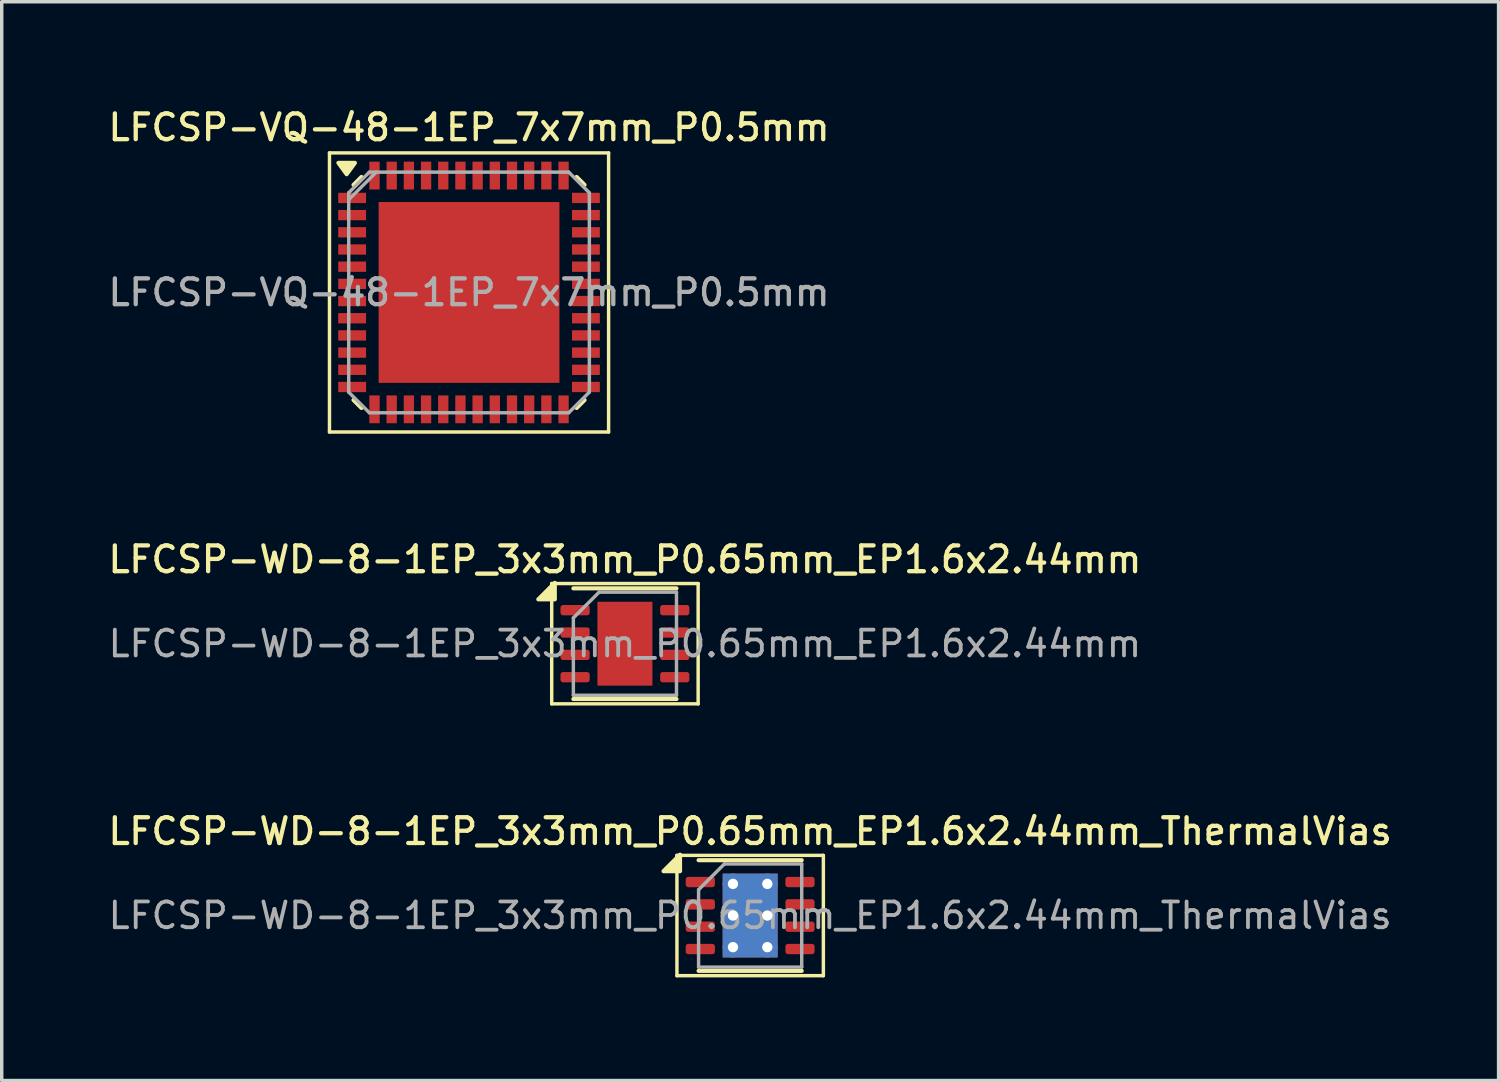
<source format=kicad_pcb>
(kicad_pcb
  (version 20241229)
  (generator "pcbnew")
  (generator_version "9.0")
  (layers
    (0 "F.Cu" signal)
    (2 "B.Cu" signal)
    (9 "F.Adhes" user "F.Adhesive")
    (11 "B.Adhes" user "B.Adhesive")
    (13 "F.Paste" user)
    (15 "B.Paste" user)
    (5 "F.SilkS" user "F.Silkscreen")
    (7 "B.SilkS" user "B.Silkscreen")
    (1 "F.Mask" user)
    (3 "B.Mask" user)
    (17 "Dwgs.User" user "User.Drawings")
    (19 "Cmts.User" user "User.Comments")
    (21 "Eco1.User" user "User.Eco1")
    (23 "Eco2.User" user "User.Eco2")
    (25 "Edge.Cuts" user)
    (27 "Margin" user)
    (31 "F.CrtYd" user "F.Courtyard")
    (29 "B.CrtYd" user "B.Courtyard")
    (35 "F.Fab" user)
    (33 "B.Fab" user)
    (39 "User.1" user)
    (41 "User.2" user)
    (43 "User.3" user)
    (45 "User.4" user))
  (footprint "LFCSP-VQ-48-1EP_7x7mm_P0.5mm"
    (layer "F.Cu")
    (at 10.595 5.458)
    (property "Reference" "LFCSP-VQ-48-1EP_7x7mm_P0.5mm" (at 0 -4.8 0) (layer "F.SilkS") (effects (font (size 0.75 0.75) (thickness 0.125))))
    (attr smd)
    (fp_line (start -4.06 -4.06) (end 4.06 -4.06) (stroke (width 0.1) (type solid)) (layer "F.SilkS"))
    (fp_line (start -4.06 4.06) (end -4.06 -4.06) (stroke (width 0.1) (type solid)) (layer "F.SilkS"))
    (fp_line (start -3.13 -3.36) (end -3.36 -3.13) (stroke (width 0.12) (type solid)) (layer "F.SilkS"))
    (fp_line (start -3.13 3.36) (end -3.36 3.13) (stroke (width 0.12) (type solid)) (layer "F.SilkS"))
    (fp_line (start 3.13 -3.36) (end 3.36 -3.13) (stroke (width 0.12) (type solid)) (layer "F.SilkS"))
    (fp_line (start 3.13 3.36) (end 3.36 3.13) (stroke (width 0.12) (type solid)) (layer "F.SilkS"))
    (fp_line (start 4.06 -4.06) (end 4.06 4.06) (stroke (width 0.1) (type solid)) (layer "F.SilkS"))
    (fp_line (start 4.06 4.06) (end -4.06 4.06) (stroke (width 0.1) (type solid)) (layer "F.SilkS"))
    (fp_poly (pts (xy -3.56 -3.44) (xy -3.8 -3.77) (xy -3.32 -3.77) (xy -3.56 -3.44)) (stroke (width 0.12) (type solid)) (fill yes) (layer "F.SilkS"))
    (fp_line (start -3.5 -2.9) (end -2.9 -3.5) (stroke (width 0.1) (type solid)) (layer "F.Fab"))
    (fp_line (start -3.5 -2.7) (end -2.7 -3.5) (stroke (width 0.1) (type solid)) (layer "F.Fab"))
    (fp_line (start -3.5 2.9) (end -3.5 -2.9) (stroke (width 0.1) (type solid)) (layer "F.Fab"))
    (fp_line (start -2.9 -3.5) (end 2.9 -3.5) (stroke (width 0.1) (type solid)) (layer "F.Fab"))
    (fp_line (start -2.9 3.5) (end -3.5 2.9) (stroke (width 0.1) (type solid)) (layer "F.Fab"))
    (fp_line (start 2.9 -3.5) (end 3.5 -2.9) (stroke (width 0.1) (type solid)) (layer "F.Fab"))
    (fp_line (start 2.9 3.5) (end -2.9 3.5) (stroke (width 0.1) (type solid)) (layer "F.Fab"))
    (fp_line (start 2.9 3.5) (end 3.5 2.9) (stroke (width 0.1) (type solid)) (layer "F.Fab"))
    (fp_line (start 3.5 -2.9) (end 3.5 2.9) (stroke (width 0.1) (type solid)) (layer "F.Fab"))
    (fp_text user "${REFERENCE}" (at 0 0 0) (layer "F.Fab") (effects (font (size 0.75 0.75) (thickness 0.125))))
    (pad "" smd roundrect (at -2.08 -2.05) (size 1.1 1.1) (layers "F.Paste") (roundrect_rratio 0.227))
    (pad "" smd roundrect (at -2.08 -0.68) (size 1.1 1.1) (layers "F.Paste") (roundrect_rratio 0.227))
    (pad "" smd roundrect (at -2.08 0.69) (size 1.1 1.1) (layers "F.Paste") (roundrect_rratio 0.227))
    (pad "" smd roundrect (at -2.06 2.05) (size 1.1 1.1) (layers "F.Paste") (roundrect_rratio 0.227))
    (pad "" smd roundrect (at -0.68 -2.05) (size 1.1 1.1) (layers "F.Paste") (roundrect_rratio 0.227))
    (pad "" smd roundrect (at -0.68 -0.68) (size 1.1 1.1) (layers "F.Paste") (roundrect_rratio 0.227))
    (pad "" smd roundrect (at -0.68 0.69) (size 1.1 1.1) (layers "F.Paste") (roundrect_rratio 0.227))
    (pad "" smd roundrect (at -0.66 2.05) (size 1.1 1.1) (layers "F.Paste") (roundrect_rratio 0.227))
    (pad "" smd roundrect (at 0.69 -2.05) (size 1.1 1.1) (layers "F.Paste") (roundrect_rratio 0.227))
    (pad "" smd roundrect (at 0.69 -0.68) (size 1.1 1.1) (layers "F.Paste") (roundrect_rratio 0.227))
    (pad "" smd roundrect (at 0.69 0.69) (size 1.1 1.1) (layers "F.Paste") (roundrect_rratio 0.227))
    (pad "" smd roundrect (at 0.71 2.05) (size 1.1 1.1) (layers "F.Paste") (roundrect_rratio 0.227))
    (pad "" smd roundrect (at 2.07 -2.05) (size 1.1 1.1) (layers "F.Paste") (roundrect_rratio 0.227))
    (pad "" smd roundrect (at 2.07 -0.68) (size 1.1 1.1) (layers "F.Paste") (roundrect_rratio 0.227))
    (pad "" smd roundrect (at 2.07 0.69) (size 1.1 1.1) (layers "F.Paste") (roundrect_rratio 0.227))
    (pad "" smd roundrect (at 2.09 2.05) (size 1.1 1.1) (layers "F.Paste") (roundrect_rratio 0.227))
    (pad "1" smd rect (at -3.4 -2.75) (size 0.81 0.3) (layers "F.Cu" "F.Mask" "F.Paste"))
    (pad "2" smd rect (at -3.4 -2.25) (size 0.81 0.3) (layers "F.Cu" "F.Mask" "F.Paste"))
    (pad "3" smd rect (at -3.4 -1.75) (size 0.81 0.3) (layers "F.Cu" "F.Mask" "F.Paste"))
    (pad "4" smd rect (at -3.4 -1.25) (size 0.81 0.3) (layers "F.Cu" "F.Mask" "F.Paste"))
    (pad "5" smd rect (at -3.4 -0.75) (size 0.81 0.3) (layers "F.Cu" "F.Mask" "F.Paste"))
    (pad "6" smd rect (at -3.4 -0.25) (size 0.81 0.3) (layers "F.Cu" "F.Mask" "F.Paste"))
    (pad "7" smd rect (at -3.4 0.25) (size 0.81 0.3) (layers "F.Cu" "F.Mask" "F.Paste"))
    (pad "8" smd rect (at -3.4 0.75) (size 0.81 0.3) (layers "F.Cu" "F.Mask" "F.Paste"))
    (pad "9" smd rect (at -3.4 1.25) (size 0.81 0.3) (layers "F.Cu" "F.Mask" "F.Paste"))
    (pad "10" smd rect (at -3.4 1.75) (size 0.81 0.3) (layers "F.Cu" "F.Mask" "F.Paste"))
    (pad "11" smd rect (at -3.4 2.25) (size 0.81 0.3) (layers "F.Cu" "F.Mask" "F.Paste"))
    (pad "12" smd rect (at -3.4 2.75) (size 0.81 0.3) (layers "F.Cu" "F.Mask" "F.Paste"))
    (pad "13" smd rect (at -2.75 3.4) (size 0.3 0.81) (layers "F.Cu" "F.Mask" "F.Paste"))
    (pad "14" smd rect (at -2.25 3.4) (size 0.3 0.81) (layers "F.Cu" "F.Mask" "F.Paste"))
    (pad "15" smd rect (at -1.75 3.4) (size 0.3 0.81) (layers "F.Cu" "F.Mask" "F.Paste"))
    (pad "16" smd rect (at -1.25 3.4) (size 0.3 0.81) (layers "F.Cu" "F.Mask" "F.Paste"))
    (pad "17" smd rect (at -0.75 3.4) (size 0.3 0.81) (layers "F.Cu" "F.Mask" "F.Paste"))
    (pad "18" smd rect (at -0.25 3.4) (size 0.3 0.81) (layers "F.Cu" "F.Mask" "F.Paste"))
    (pad "19" smd rect (at 0.25 3.4) (size 0.3 0.81) (layers "F.Cu" "F.Mask" "F.Paste"))
    (pad "20" smd rect (at 0.75 3.4) (size 0.3 0.81) (layers "F.Cu" "F.Mask" "F.Paste"))
    (pad "21" smd rect (at 1.25 3.4) (size 0.3 0.81) (layers "F.Cu" "F.Mask" "F.Paste"))
    (pad "22" smd rect (at 1.75 3.4) (size 0.3 0.81) (layers "F.Cu" "F.Mask" "F.Paste"))
    (pad "23" smd rect (at 2.25 3.4) (size 0.3 0.81) (layers "F.Cu" "F.Mask" "F.Paste"))
    (pad "24" smd rect (at 2.75 3.4) (size 0.3 0.81) (layers "F.Cu" "F.Mask" "F.Paste"))
    (pad "25" smd rect (at 3.4 2.75) (size 0.81 0.3) (layers "F.Cu" "F.Mask" "F.Paste"))
    (pad "26" smd rect (at 3.4 2.25) (size 0.81 0.3) (layers "F.Cu" "F.Mask" "F.Paste"))
    (pad "27" smd rect (at 3.4 1.75) (size 0.81 0.3) (layers "F.Cu" "F.Mask" "F.Paste"))
    (pad "28" smd rect (at 3.4 1.25) (size 0.81 0.3) (layers "F.Cu" "F.Mask" "F.Paste"))
    (pad "29" smd rect (at 3.4 0.75) (size 0.81 0.3) (layers "F.Cu" "F.Mask" "F.Paste"))
    (pad "30" smd rect (at 3.4 0.25) (size 0.81 0.3) (layers "F.Cu" "F.Mask" "F.Paste"))
    (pad "31" smd rect (at 3.4 -0.25) (size 0.81 0.3) (layers "F.Cu" "F.Mask" "F.Paste"))
    (pad "32" smd rect (at 3.4 -0.75) (size 0.81 0.3) (layers "F.Cu" "F.Mask" "F.Paste"))
    (pad "33" smd rect (at 3.4 -1.25) (size 0.81 0.3) (layers "F.Cu" "F.Mask" "F.Paste"))
    (pad "34" smd rect (at 3.4 -1.75) (size 0.81 0.3) (layers "F.Cu" "F.Mask" "F.Paste"))
    (pad "35" smd rect (at 3.4 -2.25) (size 0.81 0.3) (layers "F.Cu" "F.Mask" "F.Paste"))
    (pad "36" smd rect (at 3.4 -2.75) (size 0.81 0.3) (layers "F.Cu" "F.Mask" "F.Paste"))
    (pad "37" smd rect (at 2.75 -3.4) (size 0.3 0.81) (layers "F.Cu" "F.Mask" "F.Paste"))
    (pad "38" smd rect (at 2.25 -3.4) (size 0.3 0.81) (layers "F.Cu" "F.Mask" "F.Paste"))
    (pad "39" smd rect (at 1.75 -3.4) (size 0.3 0.81) (layers "F.Cu" "F.Mask" "F.Paste"))
    (pad "40" smd rect (at 1.25 -3.4) (size 0.3 0.81) (layers "F.Cu" "F.Mask" "F.Paste"))
    (pad "41" smd rect (at 0.75 -3.4) (size 0.3 0.81) (layers "F.Cu" "F.Mask" "F.Paste"))
    (pad "42" smd rect (at 0.25 -3.4) (size 0.3 0.81) (layers "F.Cu" "F.Mask" "F.Paste"))
    (pad "43" smd rect (at -0.25 -3.4) (size 0.3 0.81) (layers "F.Cu" "F.Mask" "F.Paste"))
    (pad "44" smd rect (at -0.75 -3.4) (size 0.3 0.81) (layers "F.Cu" "F.Mask" "F.Paste"))
    (pad "45" smd rect (at -1.25 -3.4) (size 0.3 0.81) (layers "F.Cu" "F.Mask" "F.Paste"))
    (pad "46" smd rect (at -1.75 -3.4) (size 0.3 0.81) (layers "F.Cu" "F.Mask" "F.Paste"))
    (pad "47" smd rect (at -2.25 -3.4) (size 0.3 0.81) (layers "F.Cu" "F.Mask" "F.Paste"))
    (pad "48" smd rect (at -2.75 -3.4) (size 0.3 0.81) (layers "F.Cu" "F.Mask" "F.Paste"))
    (pad "49" smd rect (at 0 0) (size 5.26 5.26) (layers "F.Cu" "F.Mask")))
  (footprint "LFCSP-WD-8-1EP_3x3mm_P0.65mm_EP1.6x2.44mm_ThermalVias"
    (layer "F.Cu")
    (at 18.773 23.584)
    (property "Reference" "LFCSP-WD-8-1EP_3x3mm_P0.65mm_EP1.6x2.44mm_ThermalVias" (at 0 -2.45 0) (layer "F.SilkS") (effects (font (size 0.75 0.75) (thickness 0.125))))
    (attr smd)
    (fp_line (start -2.13 -1.75) (end -2.13 1.75) (stroke (width 0.1) (type solid)) (layer "F.SilkS"))
    (fp_line (start -2.13 1.75) (end 2.13 1.75) (stroke (width 0.1) (type solid)) (layer "F.SilkS"))
    (fp_line (start -1.5 -1.61) (end 1.5 -1.61) (stroke (width 0.12) (type solid)) (layer "F.SilkS"))
    (fp_line (start -1.5 1.61) (end 1.5 1.61) (stroke (width 0.12) (type solid)) (layer "F.SilkS"))
    (fp_line (start 2.13 -1.75) (end -2.13 -1.75) (stroke (width 0.1) (type solid)) (layer "F.SilkS"))
    (fp_line (start 2.13 1.75) (end 2.13 -1.75) (stroke (width 0.1) (type solid)) (layer "F.SilkS"))
    (fp_poly (pts (xy -2.04 -1.29) (xy -2.52 -1.29) (xy -2.04 -1.77) (xy -2.04 -1.29)) (stroke (width 0.12) (type solid)) (fill yes) (layer "F.SilkS"))
    (fp_line (start -1.5 -0.75) (end -0.75 -1.5) (stroke (width 0.1) (type solid)) (layer "F.Fab"))
    (fp_line (start -1.5 1.5) (end -1.5 -0.75) (stroke (width 0.1) (type solid)) (layer "F.Fab"))
    (fp_line (start -0.75 -1.5) (end 1.5 -1.5) (stroke (width 0.1) (type solid)) (layer "F.Fab"))
    (fp_line (start 1.5 -1.5) (end 1.5 1.5) (stroke (width 0.1) (type solid)) (layer "F.Fab"))
    (fp_line (start 1.5 1.5) (end -1.5 1.5) (stroke (width 0.1) (type solid)) (layer "F.Fab"))
    (fp_text user "${REFERENCE}" (at 0 0 0) (layer "F.Fab") (effects (font (size 0.75 0.75) (thickness 0.11))))
    (pad "" smd roundrect (at -0.4 -0.81) (size 0.64 0.66) (layers "F.Paste") (roundrect_rratio 0.25))
    (pad "" smd roundrect (at -0.4 0) (size 0.64 0.66) (layers "F.Paste") (roundrect_rratio 0.25))
    (pad "" smd roundrect (at -0.4 0.81) (size 0.64 0.66) (layers "F.Paste") (roundrect_rratio 0.25))
    (pad "" smd roundrect (at 0.4 -0.81) (size 0.64 0.66) (layers "F.Paste") (roundrect_rratio 0.25))
    (pad "" smd roundrect (at 0.4 0) (size 0.64 0.66) (layers "F.Paste") (roundrect_rratio 0.25))
    (pad "" smd roundrect (at 0.4 0.81) (size 0.64 0.66) (layers "F.Paste") (roundrect_rratio 0.25))
    (pad "1" smd roundrect (at -1.45 -0.975) (size 0.85 0.3) (layers "F.Cu" "F.Mask" "F.Paste") (roundrect_rratio 0.25))
    (pad "2" smd roundrect (at -1.45 -0.325) (size 0.85 0.3) (layers "F.Cu" "F.Mask" "F.Paste") (roundrect_rratio 0.25))
    (pad "3" smd roundrect (at -1.45 0.325) (size 0.85 0.3) (layers "F.Cu" "F.Mask" "F.Paste") (roundrect_rratio 0.25))
    (pad "4" smd roundrect (at -1.45 0.975) (size 0.85 0.3) (layers "F.Cu" "F.Mask" "F.Paste") (roundrect_rratio 0.25))
    (pad "5" smd roundrect (at 1.45 0.975) (size 0.85 0.3) (layers "F.Cu" "F.Mask" "F.Paste") (roundrect_rratio 0.25))
    (pad "6" smd roundrect (at 1.45 0.325) (size 0.85 0.3) (layers "F.Cu" "F.Mask" "F.Paste") (roundrect_rratio 0.25))
    (pad "7" smd roundrect (at 1.45 -0.325) (size 0.85 0.3) (layers "F.Cu" "F.Mask" "F.Paste") (roundrect_rratio 0.25))
    (pad "8" smd roundrect (at 1.45 -0.975) (size 0.85 0.3) (layers "F.Cu" "F.Mask" "F.Paste") (roundrect_rratio 0.25))
    (pad "9" thru_hole circle (at -0.5 -0.92) (size 0.6 0.6) (drill 0.3) (property pad_prop_heatsink) (layers "*.Cu"))
    (pad "9" thru_hole circle (at -0.5 0) (size 0.6 0.6) (drill 0.3) (property pad_prop_heatsink) (layers "*.Cu"))
    (pad "9" thru_hole circle (at -0.5 0.92) (size 0.6 0.6) (drill 0.3) (property pad_prop_heatsink) (layers "*.Cu"))
    (pad "9" smd rect (at 0 0) (size 1.6 2.44) (property pad_prop_heatsink) (layers "F.Cu" "F.Mask"))
    (pad "9" smd rect (at 0 0) (size 1.6 2.44) (property pad_prop_heatsink) (layers "B.Cu"))
    (pad "9" thru_hole circle (at 0.5 -0.92) (size 0.6 0.6) (drill 0.3) (property pad_prop_heatsink) (layers "*.Cu"))
    (pad "9" thru_hole circle (at 0.5 0) (size 0.6 0.6) (drill 0.3) (property pad_prop_heatsink) (layers "*.Cu"))
    (pad "9" thru_hole circle (at 0.5 0.92) (size 0.6 0.6) (drill 0.3) (property pad_prop_heatsink) (layers "*.Cu")))
  (footprint "LFCSP-WD-8-1EP_3x3mm_P0.65mm_EP1.6x2.44mm"
    (layer "F.Cu")
    (at 15.13 15.676)
    (property "Reference" "LFCSP-WD-8-1EP_3x3mm_P0.65mm_EP1.6x2.44mm" (at 0 -2.45 0) (layer "F.SilkS") (effects (font (size 0.75 0.75) (thickness 0.125))))
    (attr smd)
    (fp_line (start -2.13 -1.75) (end -2.13 1.75) (stroke (width 0.1) (type solid)) (layer "F.SilkS"))
    (fp_line (start -2.13 1.75) (end 2.13 1.75) (stroke (width 0.1) (type solid)) (layer "F.SilkS"))
    (fp_line (start -1.5 -1.61) (end 1.5 -1.61) (stroke (width 0.12) (type solid)) (layer "F.SilkS"))
    (fp_line (start -1.5 1.61) (end 1.5 1.61) (stroke (width 0.12) (type solid)) (layer "F.SilkS"))
    (fp_line (start 2.13 -1.75) (end -2.13 -1.75) (stroke (width 0.1) (type solid)) (layer "F.SilkS"))
    (fp_line (start 2.13 1.75) (end 2.13 -1.75) (stroke (width 0.1) (type solid)) (layer "F.SilkS"))
    (fp_poly (pts (xy -2.04 -1.29) (xy -2.52 -1.29) (xy -2.04 -1.77) (xy -2.04 -1.29)) (stroke (width 0.12) (type solid)) (fill yes) (layer "F.SilkS"))
    (fp_line (start -1.5 -0.75) (end -0.75 -1.5) (stroke (width 0.1) (type solid)) (layer "F.Fab"))
    (fp_line (start -1.5 1.5) (end -1.5 -0.75) (stroke (width 0.1) (type solid)) (layer "F.Fab"))
    (fp_line (start -0.75 -1.5) (end 1.5 -1.5) (stroke (width 0.1) (type solid)) (layer "F.Fab"))
    (fp_line (start 1.5 -1.5) (end 1.5 1.5) (stroke (width 0.1) (type solid)) (layer "F.Fab"))
    (fp_line (start 1.5 1.5) (end -1.5 1.5) (stroke (width 0.1) (type solid)) (layer "F.Fab"))
    (fp_text user "${REFERENCE}" (at 0 0 0) (layer "F.Fab") (effects (font (size 0.75 0.75) (thickness 0.11))))
    (pad "" smd roundrect (at -0.4 -0.81) (size 0.64 0.66) (layers "F.Paste") (roundrect_rratio 0.25))
    (pad "" smd roundrect (at -0.4 0) (size 0.64 0.66) (layers "F.Paste") (roundrect_rratio 0.25))
    (pad "" smd roundrect (at -0.4 0.81) (size 0.64 0.66) (layers "F.Paste") (roundrect_rratio 0.25))
    (pad "" smd roundrect (at 0.4 -0.81) (size 0.64 0.66) (layers "F.Paste") (roundrect_rratio 0.25))
    (pad "" smd roundrect (at 0.4 0) (size 0.64 0.66) (layers "F.Paste") (roundrect_rratio 0.25))
    (pad "" smd roundrect (at 0.4 0.81) (size 0.64 0.66) (layers "F.Paste") (roundrect_rratio 0.25))
    (pad "1" smd roundrect (at -1.45 -0.975) (size 0.85 0.3) (layers "F.Cu" "F.Mask" "F.Paste") (roundrect_rratio 0.25))
    (pad "2" smd roundrect (at -1.45 -0.325) (size 0.85 0.3) (layers "F.Cu" "F.Mask" "F.Paste") (roundrect_rratio 0.25))
    (pad "3" smd roundrect (at -1.45 0.325) (size 0.85 0.3) (layers "F.Cu" "F.Mask" "F.Paste") (roundrect_rratio 0.25))
    (pad "4" smd roundrect (at -1.45 0.975) (size 0.85 0.3) (layers "F.Cu" "F.Mask" "F.Paste") (roundrect_rratio 0.25))
    (pad "5" smd roundrect (at 1.45 0.975) (size 0.85 0.3) (layers "F.Cu" "F.Mask" "F.Paste") (roundrect_rratio 0.25))
    (pad "6" smd roundrect (at 1.45 0.325) (size 0.85 0.3) (layers "F.Cu" "F.Mask" "F.Paste") (roundrect_rratio 0.25))
    (pad "7" smd roundrect (at 1.45 -0.325) (size 0.85 0.3) (layers "F.Cu" "F.Mask" "F.Paste") (roundrect_rratio 0.25))
    (pad "8" smd roundrect (at 1.45 -0.975) (size 0.85 0.3) (layers "F.Cu" "F.Mask" "F.Paste") (roundrect_rratio 0.25))
    (pad "9" smd rect (at 0 0) (size 1.6 2.44) (property pad_prop_heatsink) (layers "F.Cu" "F.Mask")))
  (gr_rect
    (start -3 -3)
    (end 40.546 28.384)
    (stroke (width 0.1) (type default))
    (fill no)
    (layer "Edge.Cuts")))
</source>
